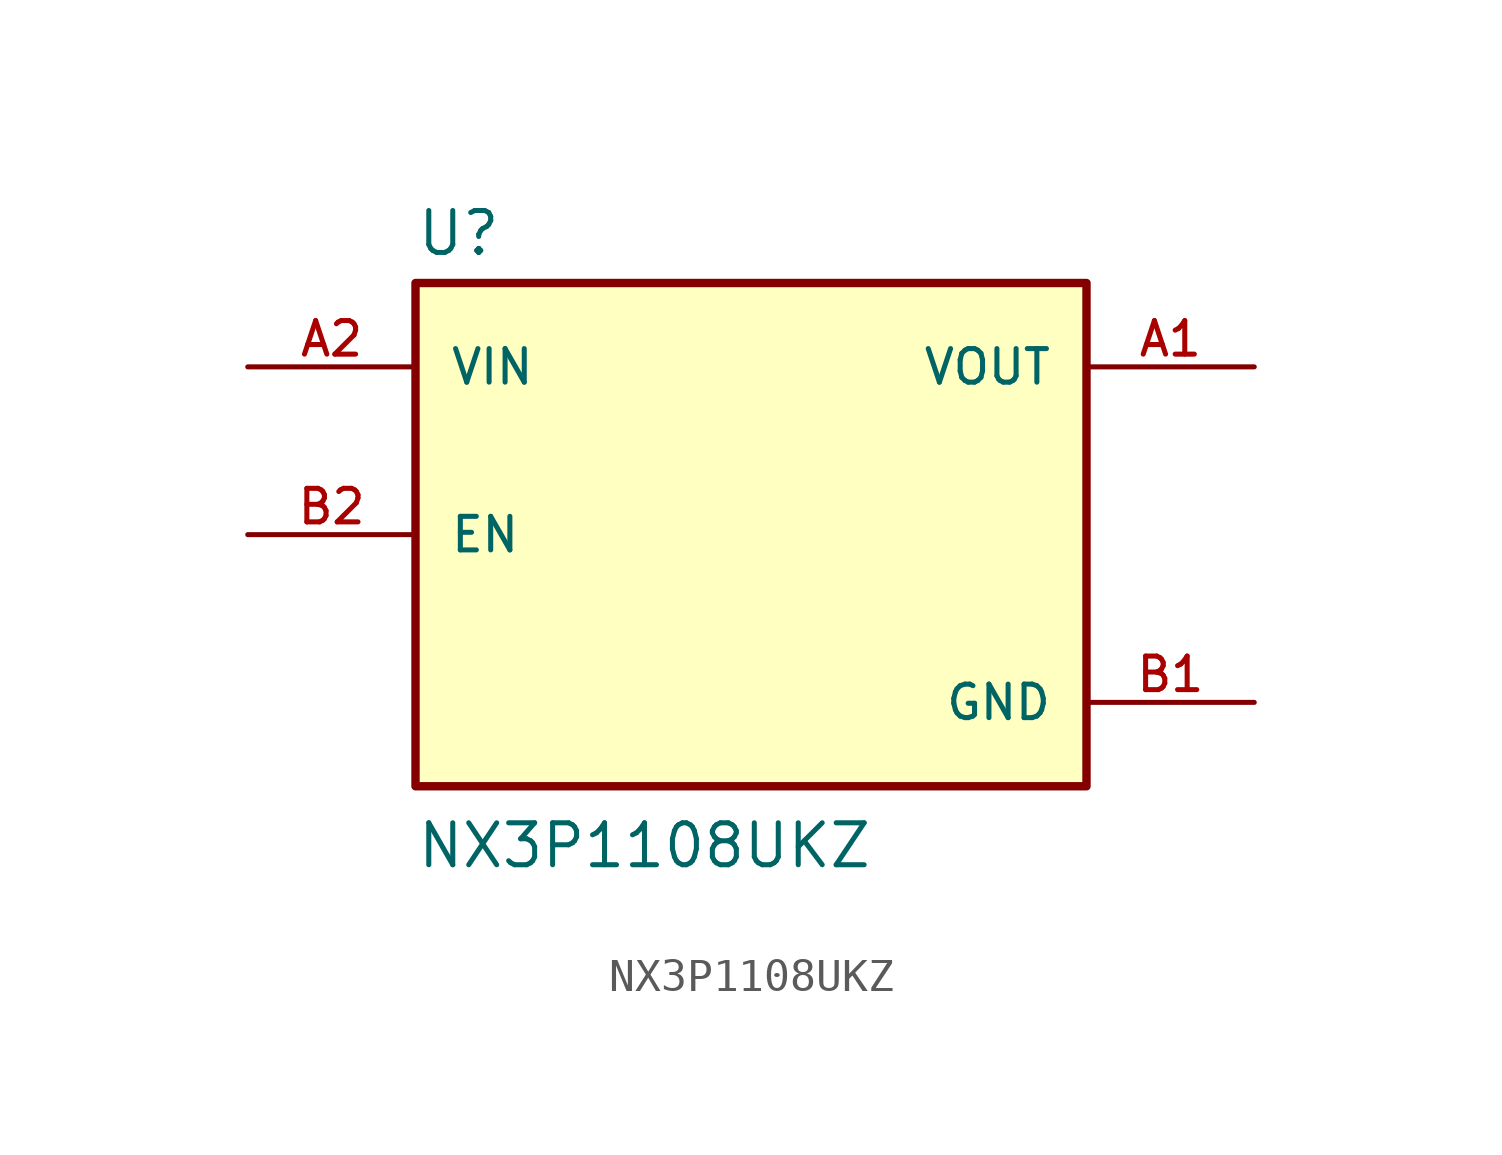
<source format=kicad_sym>
(kicad_symbol_lib
  (version 20241209)
  (generator "kicad_symbol_editor")
  (generator_version "9.0")
  (symbol "NX3P1108UKZ"
    (pin_names
      (offset 1.016))
    (property "Reference" "U"
      (at -10.16 8.382 0)
      (effects (font (size 1.27 1.27)) (justify left bottom)))
    (property "Value" "NX3P1108UKZ"
      (at -10.16 -10.16 0)
      (effects (font (size 1.27 1.27)) (justify left bottom)))
    (symbol "NX3P1108UKZ_0_0"
      (rectangle (start -10.16 7.62) (end 10.16 -7.62) (stroke (width 0.254) (type default)) (fill (type background)))
      (pin input line (at -15.24 5.08 0) (length 5.08) (name "VIN" (effects (font (size 1.016 1.016)))) (number "A2" (effects (font (size 1.016 1.016)))))
      (pin input line (at -15.24 0 0) (length 5.08) (name "EN" (effects (font (size 1.016 1.016)))) (number "B2" (effects (font (size 1.016 1.016)))))
      (pin output line (at 15.24 5.08 180) (length 5.08) (name "VOUT" (effects (font (size 1.016 1.016)))) (number "A1" (effects (font (size 1.016 1.016)))))
      (pin power_in line (at 15.24 -5.08 180) (length 5.08) (name "GND" (effects (font (size 1.016 1.016)))) (number "B1" (effects (font (size 1.016 1.016))))))))
</source>
